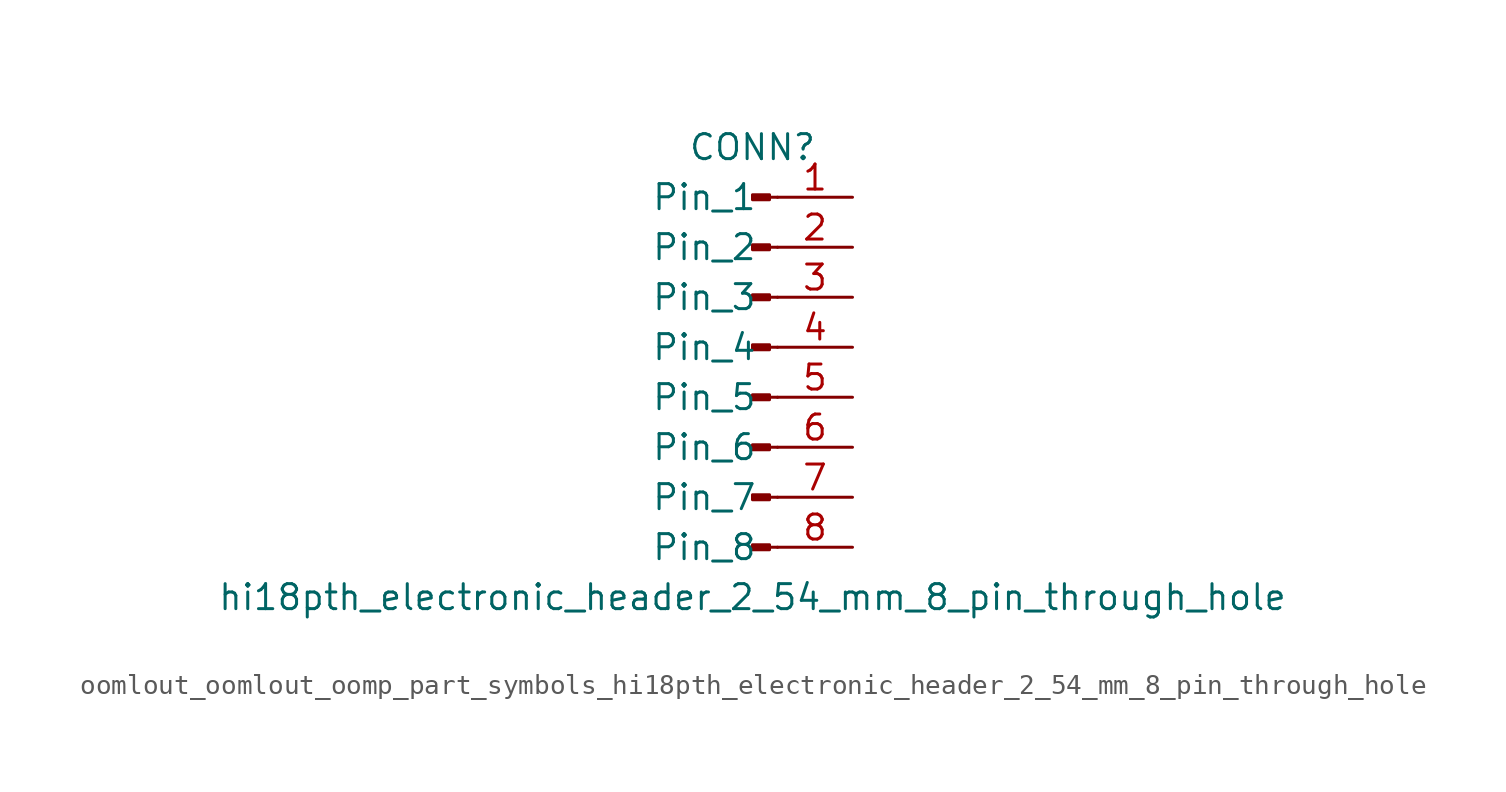
<source format=kicad_sym>
(kicad_symbol_lib
  (version 20220914)
  (generator kicad_symbol_editor)
  (symbol "oomlout_oomlout_oomp_part_symbols_hi18pth_electronic_header_2_54_mm_8_pin_through_hole"
    (pin_names
      (offset 1.016))
    (property "Reference" "CONN"
      (at 0 10.16 0)
      (effects (font (size 1.27 1.27))))
    (property "Value" "hi18pth_electronic_header_2_54_mm_8_pin_through_hole"
      (at 0 -12.7 0)
      (effects (font (size 1.27 1.27))))
    (property "ki_locked" ""
      (at 0 0 0)
      (effects (font (size 1.27 1.27))))
    (symbol "oomlout_oomlout_oomp_part_symbols_hi18pth_electronic_header_2_54_mm_8_pin_through_hole_1_1"
      (polyline (pts (xy 1.27 -10.16) (xy 0.864 -10.16)) (stroke (width 0.152) (type default)) (fill (type none)))
      (polyline (pts (xy 1.27 -7.62) (xy 0.864 -7.62)) (stroke (width 0.152) (type default)) (fill (type none)))
      (polyline (pts (xy 1.27 -5.08) (xy 0.864 -5.08)) (stroke (width 0.152) (type default)) (fill (type none)))
      (polyline (pts (xy 1.27 -2.54) (xy 0.864 -2.54)) (stroke (width 0.152) (type default)) (fill (type none)))
      (polyline (pts (xy 1.27 0) (xy 0.864 0)) (stroke (width 0.152) (type default)) (fill (type none)))
      (polyline (pts (xy 1.27 2.54) (xy 0.864 2.54)) (stroke (width 0.152) (type default)) (fill (type none)))
      (polyline (pts (xy 1.27 5.08) (xy 0.864 5.08)) (stroke (width 0.152) (type default)) (fill (type none)))
      (polyline (pts (xy 1.27 7.62) (xy 0.864 7.62)) (stroke (width 0.152) (type default)) (fill (type none)))
      (rectangle (start 0.864 -10.033) (end 0 -10.287) (stroke (width 0.152) (type default)) (fill (type outline)))
      (rectangle (start 0.864 -7.493) (end 0 -7.747) (stroke (width 0.152) (type default)) (fill (type outline)))
      (rectangle (start 0.864 -4.953) (end 0 -5.207) (stroke (width 0.152) (type default)) (fill (type outline)))
      (rectangle (start 0.864 -2.413) (end 0 -2.667) (stroke (width 0.152) (type default)) (fill (type outline)))
      (rectangle (start 0.864 0.127) (end 0 -0.127) (stroke (width 0.152) (type default)) (fill (type outline)))
      (rectangle (start 0.864 2.667) (end 0 2.413) (stroke (width 0.152) (type default)) (fill (type outline)))
      (rectangle (start 0.864 5.207) (end 0 4.953) (stroke (width 0.152) (type default)) (fill (type outline)))
      (rectangle (start 0.864 7.747) (end 0 7.493) (stroke (width 0.152) (type default)) (fill (type outline)))
      (pin passive line (at 5.08 7.62 180) (length 3.81) (name "Pin_1" (effects (font (size 1.27 1.27)))) (number "1" (effects (font (size 1.27 1.27)))))
      (pin passive line (at 5.08 5.08 180) (length 3.81) (name "Pin_2" (effects (font (size 1.27 1.27)))) (number "2" (effects (font (size 1.27 1.27)))))
      (pin passive line (at 5.08 2.54 180) (length 3.81) (name "Pin_3" (effects (font (size 1.27 1.27)))) (number "3" (effects (font (size 1.27 1.27)))))
      (pin passive line (at 5.08 0 180) (length 3.81) (name "Pin_4" (effects (font (size 1.27 1.27)))) (number "4" (effects (font (size 1.27 1.27)))))
      (pin passive line (at 5.08 -2.54 180) (length 3.81) (name "Pin_5" (effects (font (size 1.27 1.27)))) (number "5" (effects (font (size 1.27 1.27)))))
      (pin passive line (at 5.08 -5.08 180) (length 3.81) (name "Pin_6" (effects (font (size 1.27 1.27)))) (number "6" (effects (font (size 1.27 1.27)))))
      (pin passive line (at 5.08 -7.62 180) (length 3.81) (name "Pin_7" (effects (font (size 1.27 1.27)))) (number "7" (effects (font (size 1.27 1.27)))))
      (pin passive line (at 5.08 -10.16 180) (length 3.81) (name "Pin_8" (effects (font (size 1.27 1.27)))) (number "8" (effects (font (size 1.27 1.27))))))))
</source>
